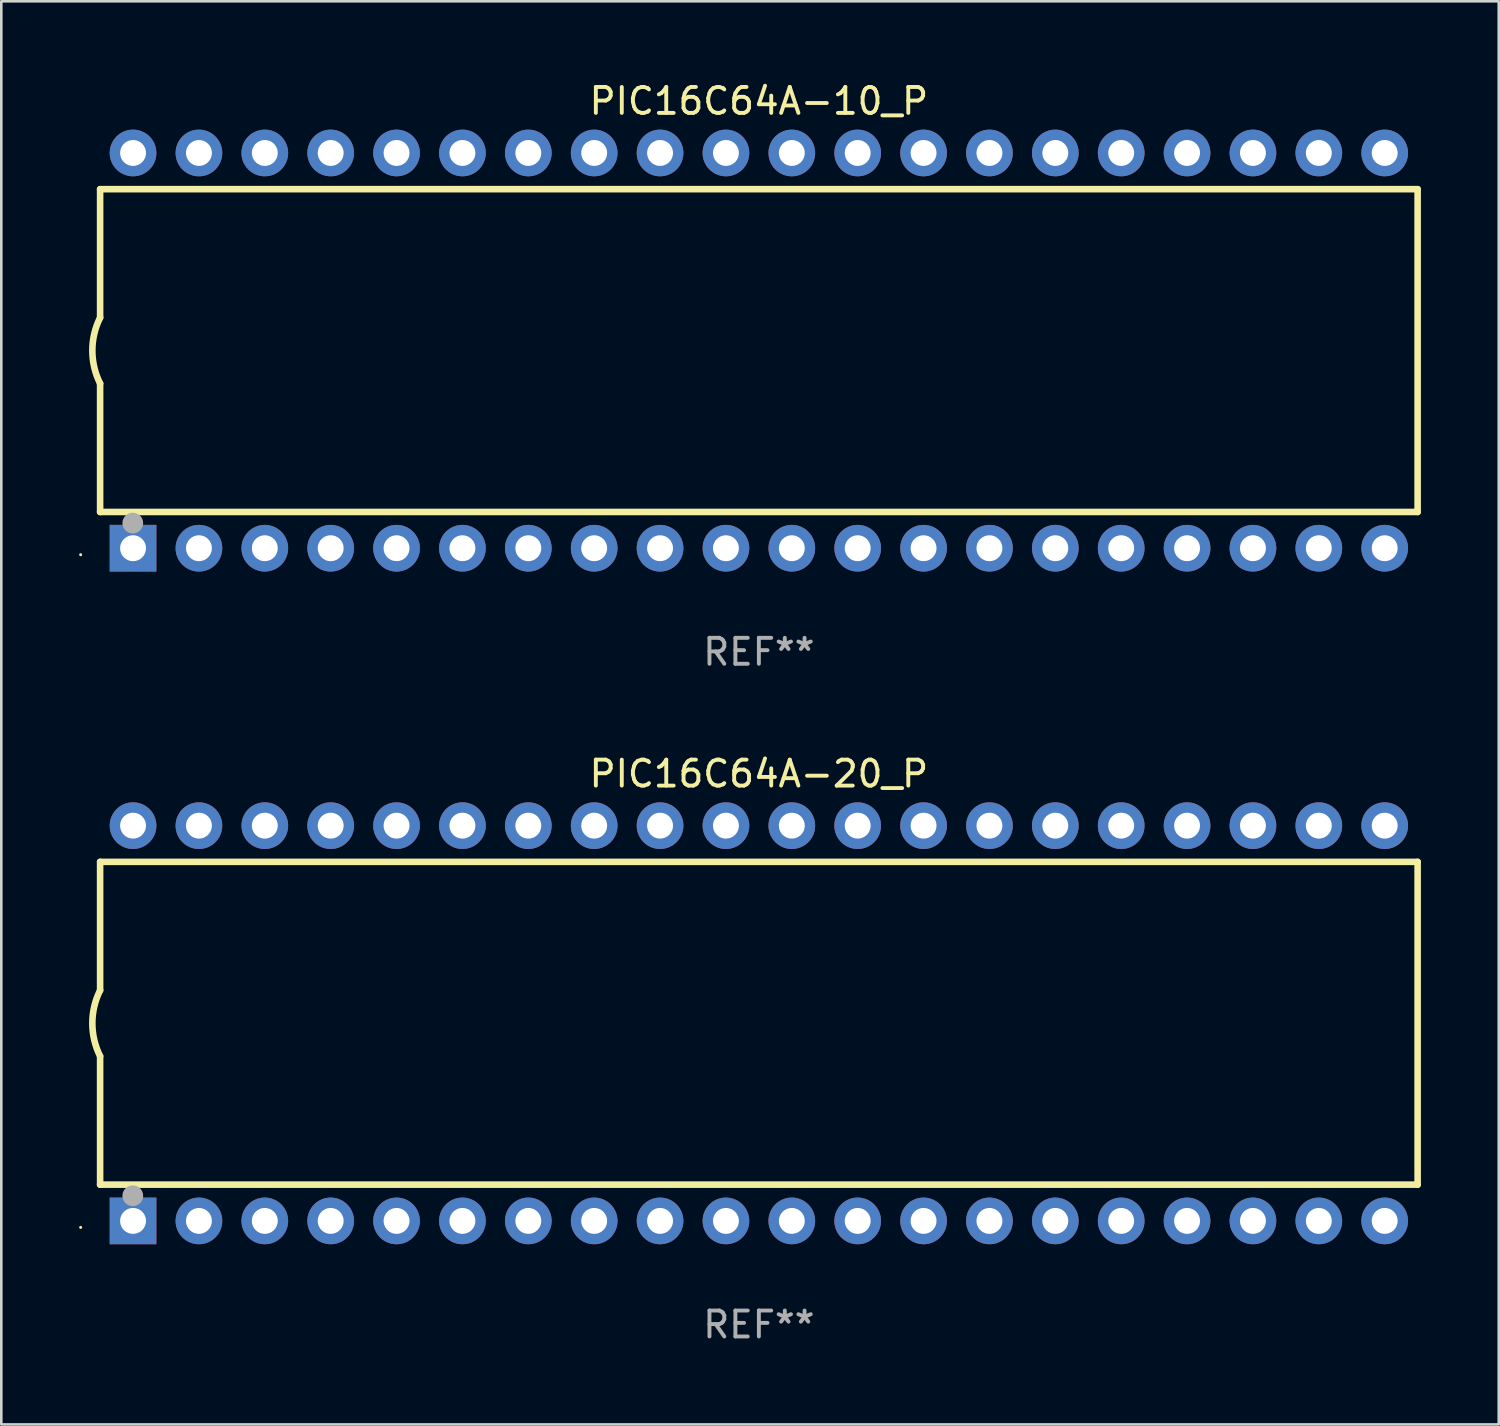
<source format=kicad_pcb>
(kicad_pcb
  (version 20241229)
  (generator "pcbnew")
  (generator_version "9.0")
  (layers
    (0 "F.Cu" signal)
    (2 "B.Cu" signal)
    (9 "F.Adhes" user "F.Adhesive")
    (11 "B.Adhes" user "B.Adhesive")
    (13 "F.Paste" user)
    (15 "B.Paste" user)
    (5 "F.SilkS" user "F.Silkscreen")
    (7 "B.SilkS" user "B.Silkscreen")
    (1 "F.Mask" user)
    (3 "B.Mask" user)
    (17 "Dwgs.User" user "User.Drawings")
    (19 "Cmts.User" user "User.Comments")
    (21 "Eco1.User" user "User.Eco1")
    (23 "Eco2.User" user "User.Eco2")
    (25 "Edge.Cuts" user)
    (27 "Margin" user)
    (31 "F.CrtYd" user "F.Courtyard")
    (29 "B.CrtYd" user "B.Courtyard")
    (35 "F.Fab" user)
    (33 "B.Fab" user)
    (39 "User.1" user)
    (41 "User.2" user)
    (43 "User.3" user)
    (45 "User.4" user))
  (footprint "PIC16C64A-20_P"
    (layer "F.Cu")
    (at 26.21 36.405)
    (property "Reference" "PIC16C64A-20_P" (at 0 -9.62 0) (layer "F.SilkS") (effects (font (size 1 1) (thickness 0.15))))
    (attr through_hole)
    (fp_line (start -25.4 -6.224) (end -25.4 -1.271) (stroke (width 0.254) (type solid)) (layer "F.SilkS"))
    (fp_line (start -25.4 -6.224) (end 25.4 -6.224) (stroke (width 0.254) (type solid)) (layer "F.SilkS"))
    (fp_line (start -25.4 1.269) (end -25.4 6.222) (stroke (width 0.254) (type solid)) (layer "F.SilkS"))
    (fp_line (start -25.4 6.222) (end 25.4 6.222) (stroke (width 0.254) (type solid)) (layer "F.SilkS"))
    (fp_line (start 25.4 6.222) (end 25.4 -6.224) (stroke (width 0.254) (type solid)) (layer "F.SilkS"))
    (fp_arc (start -25.4 1.269241) (mid -25.699807 -0.000762) (end -25.4 -1.270765) (stroke (width 0.254001) (type solid)) (layer "F.SilkS"))
    (fp_circle (center -26.15 7.87) (end -26.12 7.87) (stroke (width 0.06) (type solid)) (fill no) (layer "F.SilkS"))
    (fp_circle (center -24.14 6.65) (end -23.94 6.65) (stroke (width 0.4) (type solid)) (fill no) (layer "F.Fab"))
    (fp_text user "REF**" (at 0 11.62 0) (layer "F.Fab") (effects (font (size 1 1) (thickness 0.15))))
    (pad "1" thru_hole rect (at -24.13 7.62 90) (size 1.8 1.8) (drill 1) (layers "*.Cu" "*.Mask"))
    (pad "2" thru_hole circle (at -21.59 7.62) (size 1.8 1.8) (drill 1) (layers "*.Cu" "*.Mask"))
    (pad "3" thru_hole circle (at -19.05 7.62) (size 1.8 1.8) (drill 1) (layers "*.Cu" "*.Mask"))
    (pad "4" thru_hole circle (at -16.51 7.62) (size 1.8 1.8) (drill 1) (layers "*.Cu" "*.Mask"))
    (pad "5" thru_hole circle (at -13.97 7.62) (size 1.8 1.8) (drill 1) (layers "*.Cu" "*.Mask"))
    (pad "6" thru_hole circle (at -11.43 7.62) (size 1.8 1.8) (drill 1) (layers "*.Cu" "*.Mask"))
    (pad "7" thru_hole circle (at -8.89 7.62) (size 1.8 1.8) (drill 1) (layers "*.Cu" "*.Mask"))
    (pad "8" thru_hole circle (at -6.35 7.62) (size 1.8 1.8) (drill 1) (layers "*.Cu" "*.Mask"))
    (pad "9" thru_hole circle (at -3.81 7.62) (size 1.8 1.8) (drill 1) (layers "*.Cu" "*.Mask"))
    (pad "10" thru_hole circle (at -1.27 7.62) (size 1.8 1.8) (drill 1) (layers "*.Cu" "*.Mask"))
    (pad "11" thru_hole circle (at 1.27 7.62) (size 1.8 1.8) (drill 1) (layers "*.Cu" "*.Mask"))
    (pad "12" thru_hole circle (at 3.81 7.62) (size 1.8 1.8) (drill 1) (layers "*.Cu" "*.Mask"))
    (pad "13" thru_hole circle (at 6.35 7.62) (size 1.8 1.8) (drill 1) (layers "*.Cu" "*.Mask"))
    (pad "14" thru_hole circle (at 8.89 7.62) (size 1.8 1.8) (drill 1) (layers "*.Cu" "*.Mask"))
    (pad "15" thru_hole circle (at 11.43 7.62) (size 1.8 1.8) (drill 1) (layers "*.Cu" "*.Mask"))
    (pad "16" thru_hole circle (at 13.97 7.62) (size 1.8 1.8) (drill 1) (layers "*.Cu" "*.Mask"))
    (pad "17" thru_hole circle (at 16.51 7.62) (size 1.8 1.8) (drill 1) (layers "*.Cu" "*.Mask"))
    (pad "18" thru_hole circle (at 19.05 7.62) (size 1.8 1.8) (drill 1) (layers "*.Cu" "*.Mask"))
    (pad "19" thru_hole circle (at 21.59 7.62) (size 1.8 1.8) (drill 1) (layers "*.Cu" "*.Mask"))
    (pad "20" thru_hole circle (at 24.13 7.62) (size 1.8 1.8) (drill 1) (layers "*.Cu" "*.Mask"))
    (pad "21" thru_hole circle (at 24.13 -7.62) (size 1.8 1.8) (drill 1) (layers "*.Cu" "*.Mask"))
    (pad "22" thru_hole circle (at 21.59 -7.62) (size 1.8 1.8) (drill 1) (layers "*.Cu" "*.Mask"))
    (pad "23" thru_hole circle (at 19.05 -7.62) (size 1.8 1.8) (drill 1) (layers "*.Cu" "*.Mask"))
    (pad "24" thru_hole circle (at 16.51 -7.62) (size 1.8 1.8) (drill 1) (layers "*.Cu" "*.Mask"))
    (pad "25" thru_hole circle (at 13.97 -7.62) (size 1.8 1.8) (drill 1) (layers "*.Cu" "*.Mask"))
    (pad "26" thru_hole circle (at 11.43 -7.62) (size 1.8 1.8) (drill 1) (layers "*.Cu" "*.Mask"))
    (pad "27" thru_hole circle (at 8.89 -7.62) (size 1.8 1.8) (drill 1) (layers "*.Cu" "*.Mask"))
    (pad "28" thru_hole circle (at 6.35 -7.62) (size 1.8 1.8) (drill 1) (layers "*.Cu" "*.Mask"))
    (pad "29" thru_hole circle (at 3.81 -7.62) (size 1.8 1.8) (drill 1) (layers "*.Cu" "*.Mask"))
    (pad "30" thru_hole circle (at 1.27 -7.62) (size 1.8 1.8) (drill 1) (layers "*.Cu" "*.Mask"))
    (pad "31" thru_hole circle (at -1.27 -7.62) (size 1.8 1.8) (drill 1) (layers "*.Cu" "*.Mask"))
    (pad "32" thru_hole circle (at -3.81 -7.62) (size 1.8 1.8) (drill 1) (layers "*.Cu" "*.Mask"))
    (pad "33" thru_hole circle (at -6.35 -7.62) (size 1.8 1.8) (drill 1) (layers "*.Cu" "*.Mask"))
    (pad "34" thru_hole circle (at -8.89 -7.62) (size 1.8 1.8) (drill 1) (layers "*.Cu" "*.Mask"))
    (pad "35" thru_hole circle (at -11.43 -7.62) (size 1.8 1.8) (drill 1) (layers "*.Cu" "*.Mask"))
    (pad "36" thru_hole circle (at -13.97 -7.62) (size 1.8 1.8) (drill 1) (layers "*.Cu" "*.Mask"))
    (pad "37" thru_hole circle (at -16.51 -7.62) (size 1.8 1.8) (drill 1) (layers "*.Cu" "*.Mask"))
    (pad "38" thru_hole circle (at -19.05 -7.62) (size 1.8 1.8) (drill 1) (layers "*.Cu" "*.Mask"))
    (pad "39" thru_hole circle (at -21.59 -7.62) (size 1.8 1.8) (drill 1) (layers "*.Cu" "*.Mask"))
    (pad "40" thru_hole circle (at -24.13 -7.62) (size 1.8 1.8) (drill 1) (layers "*.Cu" "*.Mask")))
  (footprint "PIC16C64A-10_P"
    (layer "F.Cu")
    (at 26.21 10.468)
    (property "Reference" "PIC16C64A-10_P" (at 0 -9.62 0) (layer "F.SilkS") (effects (font (size 1 1) (thickness 0.15))))
    (attr through_hole)
    (fp_line (start -25.4 -6.224) (end -25.4 -1.271) (stroke (width 0.254) (type solid)) (layer "F.SilkS"))
    (fp_line (start -25.4 -6.224) (end 25.4 -6.224) (stroke (width 0.254) (type solid)) (layer "F.SilkS"))
    (fp_line (start -25.4 1.269) (end -25.4 6.222) (stroke (width 0.254) (type solid)) (layer "F.SilkS"))
    (fp_line (start -25.4 6.222) (end 25.4 6.222) (stroke (width 0.254) (type solid)) (layer "F.SilkS"))
    (fp_line (start 25.4 6.222) (end 25.4 -6.224) (stroke (width 0.254) (type solid)) (layer "F.SilkS"))
    (fp_arc (start -25.4 1.269241) (mid -25.699807 -0.000762) (end -25.4 -1.270765) (stroke (width 0.254001) (type solid)) (layer "F.SilkS"))
    (fp_circle (center -26.15 7.87) (end -26.12 7.87) (stroke (width 0.06) (type solid)) (fill no) (layer "F.SilkS"))
    (fp_circle (center -24.14 6.65) (end -23.94 6.65) (stroke (width 0.4) (type solid)) (fill no) (layer "F.Fab"))
    (fp_text user "REF**" (at 0 11.62 0) (layer "F.Fab") (effects (font (size 1 1) (thickness 0.15))))
    (pad "1" thru_hole rect (at -24.13 7.62 90) (size 1.8 1.8) (drill 1) (layers "*.Cu" "*.Mask"))
    (pad "2" thru_hole circle (at -21.59 7.62) (size 1.8 1.8) (drill 1) (layers "*.Cu" "*.Mask"))
    (pad "3" thru_hole circle (at -19.05 7.62) (size 1.8 1.8) (drill 1) (layers "*.Cu" "*.Mask"))
    (pad "4" thru_hole circle (at -16.51 7.62) (size 1.8 1.8) (drill 1) (layers "*.Cu" "*.Mask"))
    (pad "5" thru_hole circle (at -13.97 7.62) (size 1.8 1.8) (drill 1) (layers "*.Cu" "*.Mask"))
    (pad "6" thru_hole circle (at -11.43 7.62) (size 1.8 1.8) (drill 1) (layers "*.Cu" "*.Mask"))
    (pad "7" thru_hole circle (at -8.89 7.62) (size 1.8 1.8) (drill 1) (layers "*.Cu" "*.Mask"))
    (pad "8" thru_hole circle (at -6.35 7.62) (size 1.8 1.8) (drill 1) (layers "*.Cu" "*.Mask"))
    (pad "9" thru_hole circle (at -3.81 7.62) (size 1.8 1.8) (drill 1) (layers "*.Cu" "*.Mask"))
    (pad "10" thru_hole circle (at -1.27 7.62) (size 1.8 1.8) (drill 1) (layers "*.Cu" "*.Mask"))
    (pad "11" thru_hole circle (at 1.27 7.62) (size 1.8 1.8) (drill 1) (layers "*.Cu" "*.Mask"))
    (pad "12" thru_hole circle (at 3.81 7.62) (size 1.8 1.8) (drill 1) (layers "*.Cu" "*.Mask"))
    (pad "13" thru_hole circle (at 6.35 7.62) (size 1.8 1.8) (drill 1) (layers "*.Cu" "*.Mask"))
    (pad "14" thru_hole circle (at 8.89 7.62) (size 1.8 1.8) (drill 1) (layers "*.Cu" "*.Mask"))
    (pad "15" thru_hole circle (at 11.43 7.62) (size 1.8 1.8) (drill 1) (layers "*.Cu" "*.Mask"))
    (pad "16" thru_hole circle (at 13.97 7.62) (size 1.8 1.8) (drill 1) (layers "*.Cu" "*.Mask"))
    (pad "17" thru_hole circle (at 16.51 7.62) (size 1.8 1.8) (drill 1) (layers "*.Cu" "*.Mask"))
    (pad "18" thru_hole circle (at 19.05 7.62) (size 1.8 1.8) (drill 1) (layers "*.Cu" "*.Mask"))
    (pad "19" thru_hole circle (at 21.59 7.62) (size 1.8 1.8) (drill 1) (layers "*.Cu" "*.Mask"))
    (pad "20" thru_hole circle (at 24.13 7.62) (size 1.8 1.8) (drill 1) (layers "*.Cu" "*.Mask"))
    (pad "21" thru_hole circle (at 24.13 -7.62) (size 1.8 1.8) (drill 1) (layers "*.Cu" "*.Mask"))
    (pad "22" thru_hole circle (at 21.59 -7.62) (size 1.8 1.8) (drill 1) (layers "*.Cu" "*.Mask"))
    (pad "23" thru_hole circle (at 19.05 -7.62) (size 1.8 1.8) (drill 1) (layers "*.Cu" "*.Mask"))
    (pad "24" thru_hole circle (at 16.51 -7.62) (size 1.8 1.8) (drill 1) (layers "*.Cu" "*.Mask"))
    (pad "25" thru_hole circle (at 13.97 -7.62) (size 1.8 1.8) (drill 1) (layers "*.Cu" "*.Mask"))
    (pad "26" thru_hole circle (at 11.43 -7.62) (size 1.8 1.8) (drill 1) (layers "*.Cu" "*.Mask"))
    (pad "27" thru_hole circle (at 8.89 -7.62) (size 1.8 1.8) (drill 1) (layers "*.Cu" "*.Mask"))
    (pad "28" thru_hole circle (at 6.35 -7.62) (size 1.8 1.8) (drill 1) (layers "*.Cu" "*.Mask"))
    (pad "29" thru_hole circle (at 3.81 -7.62) (size 1.8 1.8) (drill 1) (layers "*.Cu" "*.Mask"))
    (pad "30" thru_hole circle (at 1.27 -7.62) (size 1.8 1.8) (drill 1) (layers "*.Cu" "*.Mask"))
    (pad "31" thru_hole circle (at -1.27 -7.62) (size 1.8 1.8) (drill 1) (layers "*.Cu" "*.Mask"))
    (pad "32" thru_hole circle (at -3.81 -7.62) (size 1.8 1.8) (drill 1) (layers "*.Cu" "*.Mask"))
    (pad "33" thru_hole circle (at -6.35 -7.62) (size 1.8 1.8) (drill 1) (layers "*.Cu" "*.Mask"))
    (pad "34" thru_hole circle (at -8.89 -7.62) (size 1.8 1.8) (drill 1) (layers "*.Cu" "*.Mask"))
    (pad "35" thru_hole circle (at -11.43 -7.62) (size 1.8 1.8) (drill 1) (layers "*.Cu" "*.Mask"))
    (pad "36" thru_hole circle (at -13.97 -7.62) (size 1.8 1.8) (drill 1) (layers "*.Cu" "*.Mask"))
    (pad "37" thru_hole circle (at -16.51 -7.62) (size 1.8 1.8) (drill 1) (layers "*.Cu" "*.Mask"))
    (pad "38" thru_hole circle (at -19.05 -7.62) (size 1.8 1.8) (drill 1) (layers "*.Cu" "*.Mask"))
    (pad "39" thru_hole circle (at -21.59 -7.62) (size 1.8 1.8) (drill 1) (layers "*.Cu" "*.Mask"))
    (pad "40" thru_hole circle (at -24.13 -7.62) (size 1.8 1.8) (drill 1) (layers "*.Cu" "*.Mask")))
  (gr_rect
    (start -3 -3)
    (end 54.737 51.873)
    (stroke (width 0.1) (type default))
    (fill no)
    (layer "Edge.Cuts")))
</source>
